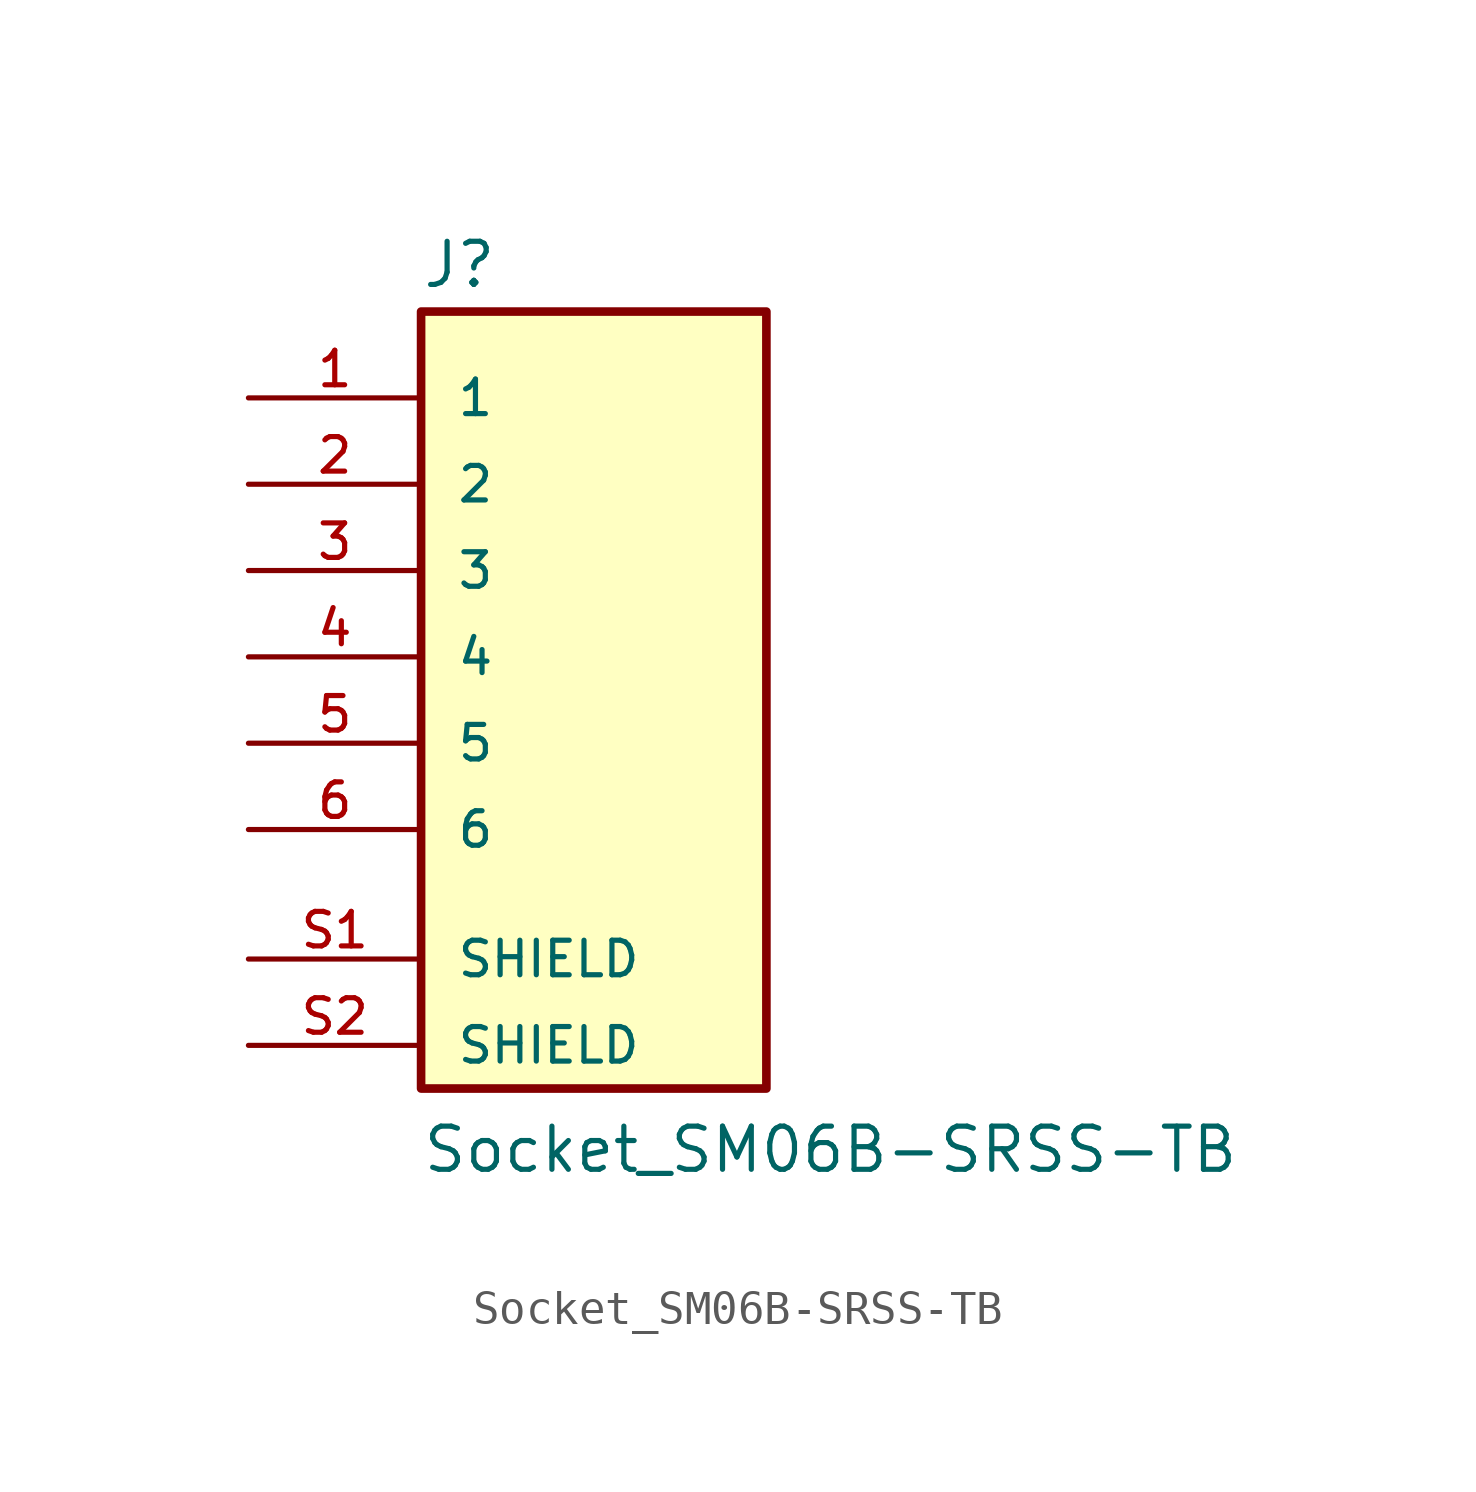
<source format=kicad_sym>
(kicad_symbol_lib
  (version 20201005)
  (generator kicad_symbol_editor)
  (symbol "NB3_body:Socket_SM06B-SRSS-TB"
    (pin_names
      (offset 1.016))
    (property "Reference" "J"
      (at -5.08 13.335 0)
      (effects (font (size 1.27 1.27)) (justify left bottom)))
    (property "Value" "Socket_SM06B-SRSS-TB"
      (at -5.08 -12.7 0)
      (effects (font (size 1.27 1.27)) (justify left bottom)))
    (symbol "Socket_SM06B-SRSS-TB_0_0"
      (rectangle (start -5.08 -10.16) (end 5.08 12.7) (stroke (width 0.254)) (fill (type background)))
      (pin passive line (at -10.16 10.16 0) (length 5.08) (name "1" (effects (font (size 1.016 1.016)))) (number "1" (effects (font (size 1.016 1.016)))))
      (pin passive line (at -10.16 7.62 0) (length 5.08) (name "2" (effects (font (size 1.016 1.016)))) (number "2" (effects (font (size 1.016 1.016)))))
      (pin passive line (at -10.16 5.08 0) (length 5.08) (name "3" (effects (font (size 1.016 1.016)))) (number "3" (effects (font (size 1.016 1.016)))))
      (pin passive line (at -10.16 2.54 0) (length 5.08) (name "4" (effects (font (size 1.016 1.016)))) (number "4" (effects (font (size 1.016 1.016)))))
      (pin passive line (at -10.16 0 0) (length 5.08) (name "5" (effects (font (size 1.016 1.016)))) (number "5" (effects (font (size 1.016 1.016)))))
      (pin passive line (at -10.16 -2.54 0) (length 5.08) (name "6" (effects (font (size 1.016 1.016)))) (number "6" (effects (font (size 1.016 1.016)))))
      (pin passive line (at -10.16 -6.35 0) (length 5.08) (name "SHIELD" (effects (font (size 1.016 1.016)))) (number "S1" (effects (font (size 1.016 1.016)))))
      (pin passive line (at -10.16 -8.89 0) (length 5.08) (name "SHIELD" (effects (font (size 1.016 1.016)))) (number "S2" (effects (font (size 1.016 1.016))))))))
</source>
